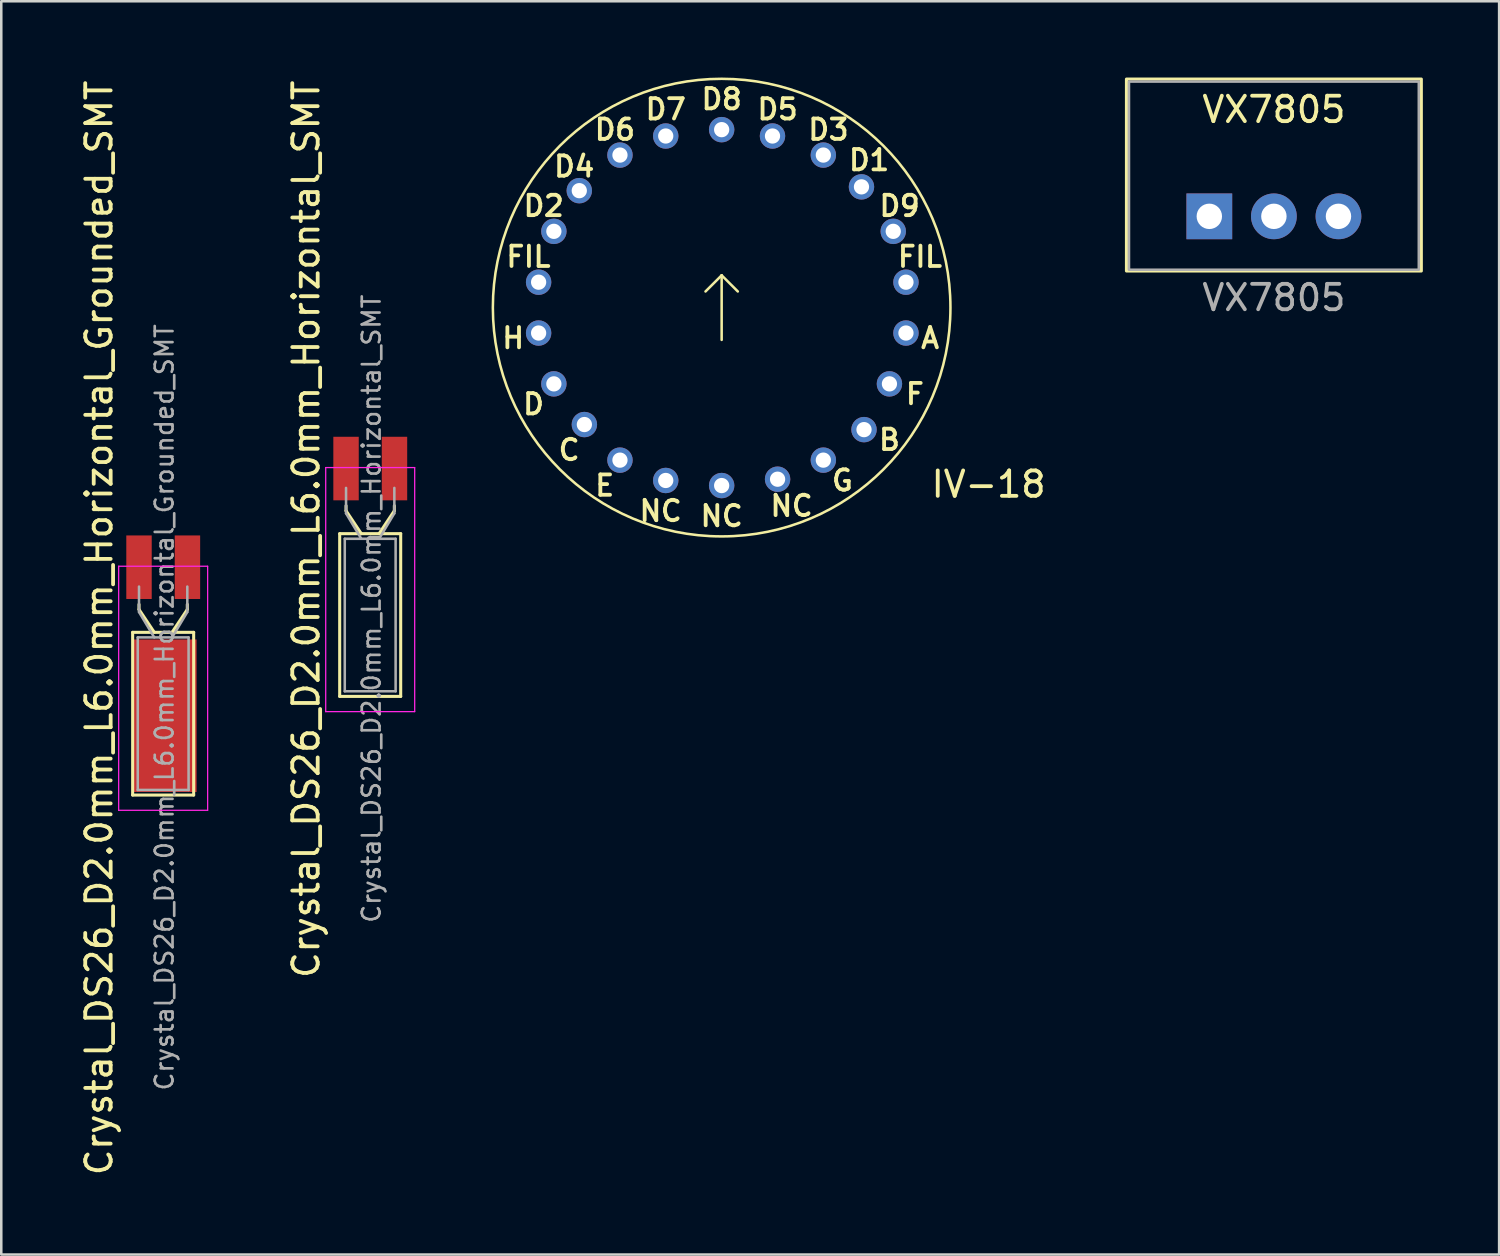
<source format=kicad_pcb>
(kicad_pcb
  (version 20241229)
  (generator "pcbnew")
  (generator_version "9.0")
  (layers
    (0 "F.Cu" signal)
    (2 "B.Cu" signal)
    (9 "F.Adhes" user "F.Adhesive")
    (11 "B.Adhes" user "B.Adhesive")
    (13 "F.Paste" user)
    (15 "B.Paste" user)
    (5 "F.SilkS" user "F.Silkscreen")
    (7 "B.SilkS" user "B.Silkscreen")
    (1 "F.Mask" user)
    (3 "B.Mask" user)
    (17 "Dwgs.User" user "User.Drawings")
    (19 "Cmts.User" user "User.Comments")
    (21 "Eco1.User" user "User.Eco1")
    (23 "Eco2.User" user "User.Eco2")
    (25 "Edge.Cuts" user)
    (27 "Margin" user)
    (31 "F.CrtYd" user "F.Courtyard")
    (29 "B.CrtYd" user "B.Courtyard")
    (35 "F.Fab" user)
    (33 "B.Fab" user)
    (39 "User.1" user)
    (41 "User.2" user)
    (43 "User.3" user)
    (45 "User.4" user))
  (footprint "VX7805"
    (layer "F.Cu")
    (at 47.06 5.46)
    (property "Reference" "VX7805" (at 0 -4.2 0) (unlocked yes) (layer "F.SilkS") (effects (font (size 1 1) (thickness 0.15))))
    (attr through_hole)
    (fp_rect (start -5.8 -5.4) (end 5.8 2.15) (stroke (width 0.12) (type default)) (fill no) (layer "F.SilkS"))
    (fp_rect (start -5.7 -5.3) (end 5.7 2.1) (stroke (width 0.1) (type default)) (fill no) (layer "F.Fab"))
    (fp_text user "${REFERENCE}" (at 0 3.2 0) (unlocked yes) (layer "F.Fab") (effects (font (size 1 1) (thickness 0.15))))
    (pad "1" thru_hole rect (at -2.54 0) (size 1.8 1.8) (drill 1) (layers "*.Cu" "*.Mask"))
    (pad "2" thru_hole circle (at 0 0) (size 1.8 1.8) (drill 1) (layers "*.Cu" "*.Mask"))
    (pad "3" thru_hole circle (at 2.54 0) (size 1.8 1.8) (drill 1) (layers "*.Cu" "*.Mask")))
  (footprint "Crystal_DS26_D2.0mm_L6.0mm_Horizontal_SMT"
    (layer "F.Cu")
    (at 10.562 16.143)
    (property "Reference" "Crystal_DS26_D2.0mm_L6.0mm_Horizontal_SMT" (at -1.57 1.625 90) (layer "F.SilkS") (effects (font (size 1 1) (thickness 0.15))))
    (attr through_hole)
    (fp_line (start -0.25 1.8) (end -0.25 8.2) (stroke (width 0.12) (type solid)) (layer "F.SilkS"))
    (fp_line (start -0.25 8.2) (end 2.15 8.2) (stroke (width 0.12) (type solid)) (layer "F.SilkS"))
    (fp_line (start 0 0.9) (end 0 0.7) (stroke (width 0.12) (type solid)) (layer "F.SilkS"))
    (fp_line (start 0.6 1.8) (end 0 0.9) (stroke (width 0.12) (type solid)) (layer "F.SilkS"))
    (fp_line (start 1.3 1.8) (end 1.9 0.9) (stroke (width 0.12) (type solid)) (layer "F.SilkS"))
    (fp_line (start 1.9 0.9) (end 1.9 0.7) (stroke (width 0.12) (type solid)) (layer "F.SilkS"))
    (fp_line (start 2.15 1.8) (end -0.25 1.8) (stroke (width 0.12) (type solid)) (layer "F.SilkS"))
    (fp_line (start 2.15 8.2) (end 2.15 1.8) (stroke (width 0.12) (type solid)) (layer "F.SilkS"))
    (fp_line (start -0.8 -0.8) (end -0.8 8.8) (stroke (width 0.05) (type solid)) (layer "F.CrtYd"))
    (fp_line (start -0.8 8.8) (end 2.7 8.8) (stroke (width 0.05) (type solid)) (layer "F.CrtYd"))
    (fp_line (start 2.7 -0.8) (end -0.8 -0.8) (stroke (width 0.05) (type solid)) (layer "F.CrtYd"))
    (fp_line (start 2.7 8.8) (end 2.7 -0.8) (stroke (width 0.05) (type solid)) (layer "F.CrtYd"))
    (fp_line (start -0.05 2) (end -0.05 8) (stroke (width 0.1) (type solid)) (layer "F.Fab"))
    (fp_line (start -0.05 8) (end 1.95 8) (stroke (width 0.1) (type solid)) (layer "F.Fab"))
    (fp_line (start 0 1) (end 0 0) (stroke (width 0.1) (type solid)) (layer "F.Fab"))
    (fp_line (start 0.6 2) (end 0 1) (stroke (width 0.1) (type solid)) (layer "F.Fab"))
    (fp_line (start 1.3 2) (end 1.9 1) (stroke (width 0.1) (type solid)) (layer "F.Fab"))
    (fp_line (start 1.9 1) (end 1.9 0) (stroke (width 0.1) (type solid)) (layer "F.Fab"))
    (fp_line (start 1.95 2) (end -0.05 2) (stroke (width 0.1) (type solid)) (layer "F.Fab"))
    (fp_line (start 1.95 8) (end 1.95 2) (stroke (width 0.1) (type solid)) (layer "F.Fab"))
    (fp_text user "${REFERENCE}" (at 1 4.75 90) (layer "F.Fab") (effects (font (size 0.7 0.7) (thickness 0.105))))
    (pad "1" smd rect (at 0 -0.762) (size 1 2.5) (layers "F.Cu" "F.Mask" "F.Paste"))
    (pad "2" smd rect (at 1.905 -0.762) (size 1 2.5) (layers "F.Cu" "F.Mask" "F.Paste")))
  (footprint "Crystal_DS26_D2.0mm_L6.0mm_Horizontal_Grounded_SMT"
    (layer "F.Cu")
    (at 2.418 20.024)
    (property "Reference" "Crystal_DS26_D2.0mm_L6.0mm_Horizontal_Grounded_SMT" (at -1.57 1.625 90) (layer "F.SilkS") (effects (font (size 1 1) (thickness 0.15))))
    (attr through_hole)
    (fp_line (start -0.25 1.8) (end -0.25 8.2) (stroke (width 0.12) (type solid)) (layer "F.SilkS"))
    (fp_line (start -0.25 8.2) (end 2.15 8.2) (stroke (width 0.12) (type solid)) (layer "F.SilkS"))
    (fp_line (start 0 0.9) (end 0 0.7) (stroke (width 0.12) (type solid)) (layer "F.SilkS"))
    (fp_line (start 0.6 1.8) (end 0 0.9) (stroke (width 0.12) (type solid)) (layer "F.SilkS"))
    (fp_line (start 1.3 1.8) (end 1.9 0.9) (stroke (width 0.12) (type solid)) (layer "F.SilkS"))
    (fp_line (start 1.9 0.9) (end 1.9 0.7) (stroke (width 0.12) (type solid)) (layer "F.SilkS"))
    (fp_line (start 2.15 1.8) (end -0.25 1.8) (stroke (width 0.12) (type solid)) (layer "F.SilkS"))
    (fp_line (start 2.15 8.2) (end 2.15 1.8) (stroke (width 0.12) (type solid)) (layer "F.SilkS"))
    (fp_line (start -0.8 -0.8) (end -0.8 8.8) (stroke (width 0.05) (type solid)) (layer "F.CrtYd"))
    (fp_line (start -0.8 8.8) (end 2.7 8.8) (stroke (width 0.05) (type solid)) (layer "F.CrtYd"))
    (fp_line (start 2.7 -0.8) (end -0.8 -0.8) (stroke (width 0.05) (type solid)) (layer "F.CrtYd"))
    (fp_line (start 2.7 8.8) (end 2.7 -0.8) (stroke (width 0.05) (type solid)) (layer "F.CrtYd"))
    (fp_line (start -0.05 2) (end -0.05 8) (stroke (width 0.1) (type solid)) (layer "F.Fab"))
    (fp_line (start -0.05 8) (end 1.95 8) (stroke (width 0.1) (type solid)) (layer "F.Fab"))
    (fp_line (start 0 1) (end 0 0) (stroke (width 0.1) (type solid)) (layer "F.Fab"))
    (fp_line (start 0.6 2) (end 0 1) (stroke (width 0.1) (type solid)) (layer "F.Fab"))
    (fp_line (start 1.3 2) (end 1.9 1) (stroke (width 0.1) (type solid)) (layer "F.Fab"))
    (fp_line (start 1.9 1) (end 1.9 0) (stroke (width 0.1) (type solid)) (layer "F.Fab"))
    (fp_line (start 1.95 2) (end -0.05 2) (stroke (width 0.1) (type solid)) (layer "F.Fab"))
    (fp_line (start 1.95 8) (end 1.95 2) (stroke (width 0.1) (type solid)) (layer "F.Fab"))
    (fp_text user "${REFERENCE}" (at 1 4.75 90) (layer "F.Fab") (effects (font (size 0.7 0.7) (thickness 0.105))))
    (pad "1" smd rect (at 0 -0.762) (size 1 2.5) (layers "F.Cu" "F.Mask" "F.Paste"))
    (pad "2" smd rect (at 1.905 -0.762) (size 1 2.5) (layers "F.Cu" "F.Mask" "F.Paste"))
    (pad "3" smd rect (at 1.016 5.08) (size 2.5 6) (layers "F.Cu" "F.Mask" "F.Paste")))
  (footprint "IV-18"
    (layer "F.Cu")
    (at 25.337 9.05)
    (property "Reference" "IV-18" (at 10.5 6.95 0) (layer "F.SilkS") (effects (font (size 1 1) (thickness 0.15))))
    (attr through_hole)
    (fp_line (start 0 -1.27) (end -0.635 -0.635) (stroke (width 0.1) (type default)) (layer "F.SilkS"))
    (fp_line (start 0 -1.27) (end 0.635 -0.635) (stroke (width 0.1) (type default)) (layer "F.SilkS"))
    (fp_line (start 0 1.27) (end 0 -1.27) (stroke (width 0.1) (type default)) (layer "F.SilkS"))
    (fp_circle (center 0 0) (end 0 9) (stroke (width 0.1) (type default)) (fill no) (layer "F.SilkS"))
    (fp_text user "D7" (at -2.2 -7.8 0) (layer "F.SilkS") (effects (font (size 0.8 0.8) (thickness 0.15))))
    (fp_text user "C" (at -6 5.6 0) (layer "F.SilkS") (effects (font (size 0.8 0.8) (thickness 0.15))))
    (fp_text user "A" (at 8.2 1.2 0) (layer "F.SilkS") (effects (font (size 0.8 0.8) (thickness 0.15))))
    (fp_text user "D5" (at 2.2 -7.8 0) (layer "F.SilkS") (effects (font (size 0.8 0.8) (thickness 0.15))))
    (fp_text user "D" (at -7.4 3.8 0) (layer "F.SilkS") (effects (font (size 0.8 0.8) (thickness 0.15))))
    (fp_text user "G" (at 4.75 6.8 0) (layer "F.SilkS") (effects (font (size 0.8 0.8) (thickness 0.15))))
    (fp_text user "F" (at 7.6 3.4 0) (layer "F.SilkS") (effects (font (size 0.8 0.8) (thickness 0.15))))
    (fp_text user "FIL" (at -7.6 -2 0) (layer "F.SilkS") (effects (font (size 0.8 0.8) (thickness 0.15))))
    (fp_text user "NC" (at 2.75 7.8 0) (layer "F.SilkS") (effects (font (size 0.8 0.8) (thickness 0.15))))
    (fp_text user "D6" (at -4.2 -7 0) (layer "F.SilkS") (effects (font (size 0.8 0.8) (thickness 0.15))))
    (fp_text user "D4" (at -5.8 -5.55 0) (layer "F.SilkS") (effects (font (size 0.8 0.8) (thickness 0.15))))
    (fp_text user "D2" (at -7 -4 0) (layer "F.SilkS") (effects (font (size 0.8 0.8) (thickness 0.15))))
    (fp_text user "NC" (at -2.4 8 0) (layer "F.SilkS") (effects (font (size 0.8 0.8) (thickness 0.15))))
    (fp_text user "E" (at -4.6 7 0) (layer "F.SilkS") (effects (font (size 0.8 0.8) (thickness 0.15))))
    (fp_text user "H" (at -8.2 1.2 0) (layer "F.SilkS") (effects (font (size 0.8 0.8) (thickness 0.15))))
    (fp_text user "FIL" (at 7.8 -2 0) (layer "F.SilkS") (effects (font (size 0.8 0.8) (thickness 0.15))))
    (fp_text user "D9" (at 7 -4 0) (layer "F.SilkS") (effects (font (size 0.8 0.8) (thickness 0.15))))
    (fp_text user "B" (at 6.6 5.2 0) (layer "F.SilkS") (effects (font (size 0.8 0.8) (thickness 0.15))))
    (fp_text user "D1" (at 5.8 -5.8 0) (layer "F.SilkS") (effects (font (size 0.8 0.8) (thickness 0.15))))
    (fp_text user "D8" (at 0 -8.2 0) (layer "F.SilkS") (effects (font (size 0.8 0.8) (thickness 0.15))))
    (fp_text user "NC" (at 0 8.2 0) (layer "F.SilkS") (effects (font (size 0.8 0.8) (thickness 0.15))))
    (fp_text user "D3" (at 4.2 -7 0) (layer "F.SilkS") (effects (font (size 0.8 0.8) (thickness 0.15))))
    (pad "1" thru_hole circle (at -7.2 -1) (size 1 1) (drill 0.6) (layers "*.Cu" "*.Mask"))
    (pad "2" thru_hole circle (at -7.2 1) (size 1 1) (drill 0.6) (layers "*.Cu" "*.Mask"))
    (pad "3" thru_hole circle (at -6.6 3) (size 1 1) (drill 0.6) (layers "*.Cu" "*.Mask"))
    (pad "4" thru_hole circle (at -5.4 4.6) (size 1 1) (drill 0.6) (layers "*.Cu" "*.Mask"))
    (pad "5" thru_hole circle (at -4 6) (size 1 1) (drill 0.6) (layers "*.Cu" "*.Mask"))
    (pad "6" thru_hole circle (at -2.2 6.8) (size 1 1) (drill 0.6) (layers "*.Cu" "*.Mask"))
    (pad "7" thru_hole circle (at 0 7) (size 1 1) (drill 0.6) (layers "*.Cu" "*.Mask"))
    (pad "8" thru_hole circle (at 2.2 6.75) (size 1 1) (drill 0.6) (layers "*.Cu" "*.Mask"))
    (pad "9" thru_hole circle (at 4 6) (size 1 1) (drill 0.6) (layers "*.Cu" "*.Mask"))
    (pad "10" thru_hole circle (at 5.6 4.8) (size 1 1) (drill 0.6) (layers "*.Cu" "*.Mask"))
    (pad "11" thru_hole circle (at 6.6 3) (size 1 1) (drill 0.6) (layers "*.Cu" "*.Mask"))
    (pad "12" thru_hole circle (at 7.25 1) (size 1 1) (drill 0.6) (layers "*.Cu" "*.Mask"))
    (pad "13" thru_hole circle (at 7.25 -1) (size 1 1) (drill 0.6) (layers "*.Cu" "*.Mask"))
    (pad "14" thru_hole circle (at 6.75 -3) (size 1 1) (drill 0.6) (layers "*.Cu" "*.Mask"))
    (pad "15" thru_hole circle (at 5.5 -4.75) (size 1 1) (drill 0.6) (layers "*.Cu" "*.Mask"))
    (pad "16" thru_hole circle (at 4 -6) (size 1 1) (drill 0.6) (layers "*.Cu" "*.Mask"))
    (pad "17" thru_hole circle (at 2 -6.75) (size 1 1) (drill 0.6) (layers "*.Cu" "*.Mask"))
    (pad "18" thru_hole circle (at 0 -7) (size 1 1) (drill 0.6) (layers "*.Cu" "*.Mask"))
    (pad "19" thru_hole circle (at -2.2 -6.75) (size 1 1) (drill 0.6) (layers "*.Cu" "*.Mask"))
    (pad "20" thru_hole circle (at -4 -6) (size 1 1) (drill 0.6) (layers "*.Cu" "*.Mask"))
    (pad "21" thru_hole circle (at -5.6 -4.6) (size 1 1) (drill 0.6) (layers "*.Cu" "*.Mask"))
    (pad "22" thru_hole circle (at -6.6 -3) (size 1 1) (drill 0.6) (layers "*.Cu" "*.Mask")))
  (gr_rect
    (start -3 -3)
    (end 55.92 46.298)
    (stroke (width 0.1) (type default))
    (fill no)
    (layer "Edge.Cuts")))
</source>
